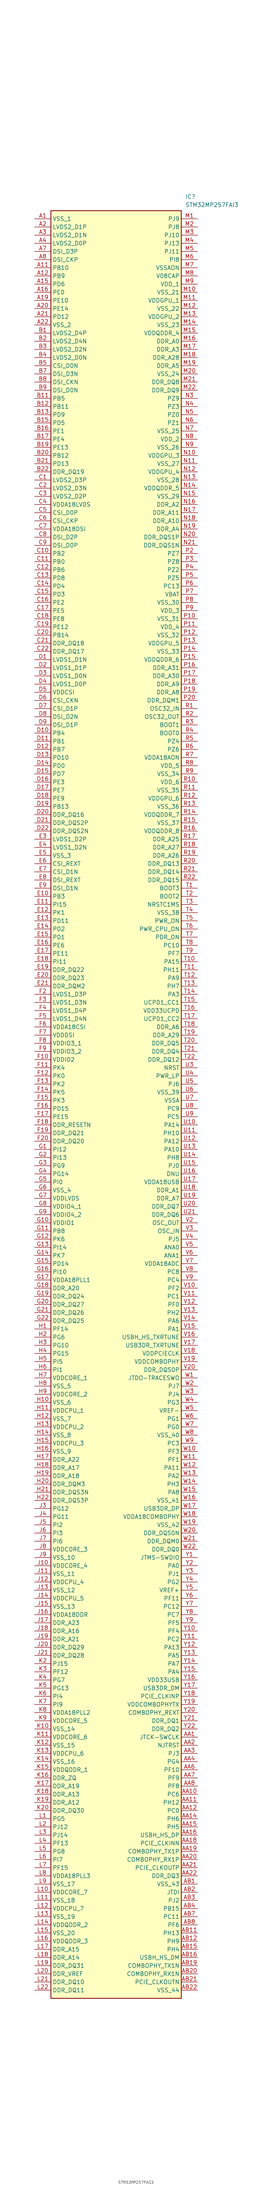
<source format=kicad_sym>
(kicad_symbol_lib
  (version 20211014)
  (generator SamacSys_ECAD_Model)
  (symbol "STM32MP257FAI3"
    (property "Reference" "IC"
      (at 46.99 7.62 0)
      (effects (font (size 1.27 1.27)) (justify left top)))
    (property "Value" "STM32MP257FAI3"
      (at 46.99 5.08 0)
      (effects (font (size 1.27 1.27)) (justify left top)))
    (rectangle
      (start 5.08 2.54)
      (end 45.72 -553.72)
      (stroke (width 0.254) (type default))
      (fill (type background)))
    (pin passive line
      (at 0 0 0)
      (length 5.08)
      (name "VSS_1" (effects (font (size 1.27 1.27))))
      (number "A1" (effects (font (size 1.27 1.27)))))
    (pin passive line
      (at 0 -2.54 0)
      (length 5.08)
      (name "LVDS2_D1P" (effects (font (size 1.27 1.27))))
      (number "A2" (effects (font (size 1.27 1.27)))))
    (pin passive line
      (at 0 -5.08 0)
      (length 5.08)
      (name "LVDS2_D1N" (effects (font (size 1.27 1.27))))
      (number "A3" (effects (font (size 1.27 1.27)))))
    (pin passive line
      (at 0 -7.62 0)
      (length 5.08)
      (name "LVDS2_D0P" (effects (font (size 1.27 1.27))))
      (number "A4" (effects (font (size 1.27 1.27)))))
    (pin passive line
      (at 0 -10.16 0)
      (length 5.08)
      (name "DSI_D3P" (effects (font (size 1.27 1.27))))
      (number "A7" (effects (font (size 1.27 1.27)))))
    (pin passive line
      (at 0 -12.7 0)
      (length 5.08)
      (name "DSI_CKP" (effects (font (size 1.27 1.27))))
      (number "A8" (effects (font (size 1.27 1.27)))))
    (pin passive line
      (at 0 -15.24 0)
      (length 5.08)
      (name "PB10" (effects (font (size 1.27 1.27))))
      (number "A11" (effects (font (size 1.27 1.27)))))
    (pin passive line
      (at 0 -17.78 0)
      (length 5.08)
      (name "PB9" (effects (font (size 1.27 1.27))))
      (number "A12" (effects (font (size 1.27 1.27)))))
    (pin passive line
      (at 0 -20.32 0)
      (length 5.08)
      (name "PD6" (effects (font (size 1.27 1.27))))
      (number "A15" (effects (font (size 1.27 1.27)))))
    (pin passive line
      (at 0 -22.86 0)
      (length 5.08)
      (name "PE0" (effects (font (size 1.27 1.27))))
      (number "A16" (effects (font (size 1.27 1.27)))))
    (pin passive line
      (at 0 -25.4 0)
      (length 5.08)
      (name "PE10" (effects (font (size 1.27 1.27))))
      (number "A19" (effects (font (size 1.27 1.27)))))
    (pin passive line
      (at 0 -27.94 0)
      (length 5.08)
      (name "PE14" (effects (font (size 1.27 1.27))))
      (number "A20" (effects (font (size 1.27 1.27)))))
    (pin passive line
      (at 0 -30.48 0)
      (length 5.08)
      (name "PD12" (effects (font (size 1.27 1.27))))
      (number "A21" (effects (font (size 1.27 1.27)))))
    (pin passive line
      (at 0 -33.02 0)
      (length 5.08)
      (name "VSS_2" (effects (font (size 1.27 1.27))))
      (number "A22" (effects (font (size 1.27 1.27)))))
    (pin passive line
      (at 0 -35.56 0)
      (length 5.08)
      (name "LVDS2_D4P" (effects (font (size 1.27 1.27))))
      (number "B1" (effects (font (size 1.27 1.27)))))
    (pin passive line
      (at 0 -38.1 0)
      (length 5.08)
      (name "LVDS2_D4N" (effects (font (size 1.27 1.27))))
      (number "B2" (effects (font (size 1.27 1.27)))))
    (pin passive line
      (at 0 -40.64 0)
      (length 5.08)
      (name "LVDS2_D2N" (effects (font (size 1.27 1.27))))
      (number "B3" (effects (font (size 1.27 1.27)))))
    (pin passive line
      (at 0 -43.18 0)
      (length 5.08)
      (name "LVDS2_D0N" (effects (font (size 1.27 1.27))))
      (number "B4" (effects (font (size 1.27 1.27)))))
    (pin passive line
      (at 0 -45.72 0)
      (length 5.08)
      (name "CSI_D0N" (effects (font (size 1.27 1.27))))
      (number "B5" (effects (font (size 1.27 1.27)))))
    (pin passive line
      (at 0 -48.26 0)
      (length 5.08)
      (name "DSI_D3N" (effects (font (size 1.27 1.27))))
      (number "B7" (effects (font (size 1.27 1.27)))))
    (pin passive line
      (at 0 -50.8 0)
      (length 5.08)
      (name "DSI_CKN" (effects (font (size 1.27 1.27))))
      (number "B8" (effects (font (size 1.27 1.27)))))
    (pin passive line
      (at 0 -53.34 0)
      (length 5.08)
      (name "DSI_D0N" (effects (font (size 1.27 1.27))))
      (number "B9" (effects (font (size 1.27 1.27)))))
    (pin passive line
      (at 0 -55.88 0)
      (length 5.08)
      (name "PB5" (effects (font (size 1.27 1.27))))
      (number "B11" (effects (font (size 1.27 1.27)))))
    (pin passive line
      (at 0 -58.42 0)
      (length 5.08)
      (name "PB11" (effects (font (size 1.27 1.27))))
      (number "B12" (effects (font (size 1.27 1.27)))))
    (pin passive line
      (at 0 -60.96 0)
      (length 5.08)
      (name "PD9" (effects (font (size 1.27 1.27))))
      (number "B13" (effects (font (size 1.27 1.27)))))
    (pin passive line
      (at 0 -63.5 0)
      (length 5.08)
      (name "PD5" (effects (font (size 1.27 1.27))))
      (number "B15" (effects (font (size 1.27 1.27)))))
    (pin passive line
      (at 0 -66.04 0)
      (length 5.08)
      (name "PE1" (effects (font (size 1.27 1.27))))
      (number "B16" (effects (font (size 1.27 1.27)))))
    (pin passive line
      (at 0 -68.58 0)
      (length 5.08)
      (name "PE4" (effects (font (size 1.27 1.27))))
      (number "B17" (effects (font (size 1.27 1.27)))))
    (pin passive line
      (at 0 -71.12 0)
      (length 5.08)
      (name "PE13" (effects (font (size 1.27 1.27))))
      (number "B19" (effects (font (size 1.27 1.27)))))
    (pin passive line
      (at 0 -73.66 0)
      (length 5.08)
      (name "PB12" (effects (font (size 1.27 1.27))))
      (number "B20" (effects (font (size 1.27 1.27)))))
    (pin passive line
      (at 0 -76.2 0)
      (length 5.08)
      (name "PD13" (effects (font (size 1.27 1.27))))
      (number "B21" (effects (font (size 1.27 1.27)))))
    (pin passive line
      (at 0 -78.74 0)
      (length 5.08)
      (name "DDR_DQ19" (effects (font (size 1.27 1.27))))
      (number "B22" (effects (font (size 1.27 1.27)))))
    (pin passive line
      (at 0 -81.28 0)
      (length 5.08)
      (name "LVDS2_D3P" (effects (font (size 1.27 1.27))))
      (number "C1" (effects (font (size 1.27 1.27)))))
    (pin passive line
      (at 0 -83.82 0)
      (length 5.08)
      (name "LVDS2_D3N" (effects (font (size 1.27 1.27))))
      (number "C2" (effects (font (size 1.27 1.27)))))
    (pin passive line
      (at 0 -86.36 0)
      (length 5.08)
      (name "LVDS2_D2P" (effects (font (size 1.27 1.27))))
      (number "C3" (effects (font (size 1.27 1.27)))))
    (pin passive line
      (at 0 -88.9 0)
      (length 5.08)
      (name "VDDA18LVDS" (effects (font (size 1.27 1.27))))
      (number "C4" (effects (font (size 1.27 1.27)))))
    (pin passive line
      (at 0 -91.44 0)
      (length 5.08)
      (name "CSI_D0P" (effects (font (size 1.27 1.27))))
      (number "C5" (effects (font (size 1.27 1.27)))))
    (pin passive line
      (at 0 -93.98 0)
      (length 5.08)
      (name "CSI_CKP" (effects (font (size 1.27 1.27))))
      (number "C6" (effects (font (size 1.27 1.27)))))
    (pin passive line
      (at 0 -96.52 0)
      (length 5.08)
      (name "VDDA18DSI" (effects (font (size 1.27 1.27))))
      (number "C7" (effects (font (size 1.27 1.27)))))
    (pin passive line
      (at 0 -99.06 0)
      (length 5.08)
      (name "DSI_D2P" (effects (font (size 1.27 1.27))))
      (number "C8" (effects (font (size 1.27 1.27)))))
    (pin passive line
      (at 0 -101.6 0)
      (length 5.08)
      (name "DSI_D0P" (effects (font (size 1.27 1.27))))
      (number "C9" (effects (font (size 1.27 1.27)))))
    (pin passive line
      (at 0 -104.14 0)
      (length 5.08)
      (name "PB2" (effects (font (size 1.27 1.27))))
      (number "C10" (effects (font (size 1.27 1.27)))))
    (pin passive line
      (at 0 -106.68 0)
      (length 5.08)
      (name "PB0" (effects (font (size 1.27 1.27))))
      (number "C11" (effects (font (size 1.27 1.27)))))
    (pin passive line
      (at 0 -109.22 0)
      (length 5.08)
      (name "PB6" (effects (font (size 1.27 1.27))))
      (number "C12" (effects (font (size 1.27 1.27)))))
    (pin passive line
      (at 0 -111.76 0)
      (length 5.08)
      (name "PD8" (effects (font (size 1.27 1.27))))
      (number "C13" (effects (font (size 1.27 1.27)))))
    (pin passive line
      (at 0 -114.3 0)
      (length 5.08)
      (name "PD4" (effects (font (size 1.27 1.27))))
      (number "C14" (effects (font (size 1.27 1.27)))))
    (pin passive line
      (at 0 -116.84 0)
      (length 5.08)
      (name "PD3" (effects (font (size 1.27 1.27))))
      (number "C15" (effects (font (size 1.27 1.27)))))
    (pin passive line
      (at 0 -119.38 0)
      (length 5.08)
      (name "PE2" (effects (font (size 1.27 1.27))))
      (number "C16" (effects (font (size 1.27 1.27)))))
    (pin passive line
      (at 0 -121.92 0)
      (length 5.08)
      (name "PE5" (effects (font (size 1.27 1.27))))
      (number "C17" (effects (font (size 1.27 1.27)))))
    (pin passive line
      (at 0 -124.46 0)
      (length 5.08)
      (name "PE8" (effects (font (size 1.27 1.27))))
      (number "C18" (effects (font (size 1.27 1.27)))))
    (pin passive line
      (at 0 -127 0)
      (length 5.08)
      (name "PE12" (effects (font (size 1.27 1.27))))
      (number "C19" (effects (font (size 1.27 1.27)))))
    (pin passive line
      (at 0 -129.54 0)
      (length 5.08)
      (name "PB14" (effects (font (size 1.27 1.27))))
      (number "C20" (effects (font (size 1.27 1.27)))))
    (pin passive line
      (at 0 -132.08 0)
      (length 5.08)
      (name "DDR_DQ18" (effects (font (size 1.27 1.27))))
      (number "C21" (effects (font (size 1.27 1.27)))))
    (pin passive line
      (at 0 -134.62 0)
      (length 5.08)
      (name "DDR_DQ17" (effects (font (size 1.27 1.27))))
      (number "C22" (effects (font (size 1.27 1.27)))))
    (pin passive line
      (at 0 -137.16 0)
      (length 5.08)
      (name "LVDS1_D1N" (effects (font (size 1.27 1.27))))
      (number "D1" (effects (font (size 1.27 1.27)))))
    (pin passive line
      (at 0 -139.7 0)
      (length 5.08)
      (name "LVDS1_D1P" (effects (font (size 1.27 1.27))))
      (number "D2" (effects (font (size 1.27 1.27)))))
    (pin passive line
      (at 0 -142.24 0)
      (length 5.08)
      (name "LVDS1_D0N" (effects (font (size 1.27 1.27))))
      (number "D3" (effects (font (size 1.27 1.27)))))
    (pin passive line
      (at 0 -144.78 0)
      (length 5.08)
      (name "LVDS1_D0P" (effects (font (size 1.27 1.27))))
      (number "D4" (effects (font (size 1.27 1.27)))))
    (pin passive line
      (at 0 -147.32 0)
      (length 5.08)
      (name "VDDCSI" (effects (font (size 1.27 1.27))))
      (number "D5" (effects (font (size 1.27 1.27)))))
    (pin passive line
      (at 0 -149.86 0)
      (length 5.08)
      (name "CSI_CKN" (effects (font (size 1.27 1.27))))
      (number "D6" (effects (font (size 1.27 1.27)))))
    (pin passive line
      (at 0 -152.4 0)
      (length 5.08)
      (name "CSI_D1P" (effects (font (size 1.27 1.27))))
      (number "D7" (effects (font (size 1.27 1.27)))))
    (pin passive line
      (at 0 -154.94 0)
      (length 5.08)
      (name "DSI_D2N" (effects (font (size 1.27 1.27))))
      (number "D8" (effects (font (size 1.27 1.27)))))
    (pin passive line
      (at 0 -157.48 0)
      (length 5.08)
      (name "DSI_D1P" (effects (font (size 1.27 1.27))))
      (number "D9" (effects (font (size 1.27 1.27)))))
    (pin passive line
      (at 0 -160.02 0)
      (length 5.08)
      (name "PB4" (effects (font (size 1.27 1.27))))
      (number "D10" (effects (font (size 1.27 1.27)))))
    (pin passive line
      (at 0 -162.56 0)
      (length 5.08)
      (name "PB1" (effects (font (size 1.27 1.27))))
      (number "D11" (effects (font (size 1.27 1.27)))))
    (pin passive line
      (at 0 -165.1 0)
      (length 5.08)
      (name "PB7" (effects (font (size 1.27 1.27))))
      (number "D12" (effects (font (size 1.27 1.27)))))
    (pin passive line
      (at 0 -167.64 0)
      (length 5.08)
      (name "PD10" (effects (font (size 1.27 1.27))))
      (number "D13" (effects (font (size 1.27 1.27)))))
    (pin passive line
      (at 0 -170.18 0)
      (length 5.08)
      (name "PD0" (effects (font (size 1.27 1.27))))
      (number "D14" (effects (font (size 1.27 1.27)))))
    (pin passive line
      (at 0 -172.72 0)
      (length 5.08)
      (name "PD7" (effects (font (size 1.27 1.27))))
      (number "D15" (effects (font (size 1.27 1.27)))))
    (pin passive line
      (at 0 -175.26 0)
      (length 5.08)
      (name "PE3" (effects (font (size 1.27 1.27))))
      (number "D16" (effects (font (size 1.27 1.27)))))
    (pin passive line
      (at 0 -177.8 0)
      (length 5.08)
      (name "PE7" (effects (font (size 1.27 1.27))))
      (number "D17" (effects (font (size 1.27 1.27)))))
    (pin passive line
      (at 0 -180.34 0)
      (length 5.08)
      (name "PE9" (effects (font (size 1.27 1.27))))
      (number "D18" (effects (font (size 1.27 1.27)))))
    (pin passive line
      (at 0 -182.88 0)
      (length 5.08)
      (name "PB13" (effects (font (size 1.27 1.27))))
      (number "D19" (effects (font (size 1.27 1.27)))))
    (pin passive line
      (at 0 -185.42 0)
      (length 5.08)
      (name "DDR_DQ16" (effects (font (size 1.27 1.27))))
      (number "D20" (effects (font (size 1.27 1.27)))))
    (pin passive line
      (at 0 -187.96 0)
      (length 5.08)
      (name "DDR_DQS2P" (effects (font (size 1.27 1.27))))
      (number "D21" (effects (font (size 1.27 1.27)))))
    (pin passive line
      (at 0 -190.5 0)
      (length 5.08)
      (name "DDR_DQS2N" (effects (font (size 1.27 1.27))))
      (number "D22" (effects (font (size 1.27 1.27)))))
    (pin passive line
      (at 0 -193.04 0)
      (length 5.08)
      (name "LVDS1_D2P" (effects (font (size 1.27 1.27))))
      (number "E3" (effects (font (size 1.27 1.27)))))
    (pin passive line
      (at 0 -195.58 0)
      (length 5.08)
      (name "LVDS1_D2N" (effects (font (size 1.27 1.27))))
      (number "E4" (effects (font (size 1.27 1.27)))))
    (pin passive line
      (at 0 -198.12 0)
      (length 5.08)
      (name "VSS_3" (effects (font (size 1.27 1.27))))
      (number "E5" (effects (font (size 1.27 1.27)))))
    (pin passive line
      (at 0 -200.66 0)
      (length 5.08)
      (name "CSI_REXT" (effects (font (size 1.27 1.27))))
      (number "E6" (effects (font (size 1.27 1.27)))))
    (pin passive line
      (at 0 -203.2 0)
      (length 5.08)
      (name "CSI_D1N" (effects (font (size 1.27 1.27))))
      (number "E7" (effects (font (size 1.27 1.27)))))
    (pin passive line
      (at 0 -205.74 0)
      (length 5.08)
      (name "DSI_REXT" (effects (font (size 1.27 1.27))))
      (number "E8" (effects (font (size 1.27 1.27)))))
    (pin passive line
      (at 0 -208.28 0)
      (length 5.08)
      (name "DSI_D1N" (effects (font (size 1.27 1.27))))
      (number "E9" (effects (font (size 1.27 1.27)))))
    (pin passive line
      (at 0 -210.82 0)
      (length 5.08)
      (name "PB3" (effects (font (size 1.27 1.27))))
      (number "E10" (effects (font (size 1.27 1.27)))))
    (pin passive line
      (at 0 -213.36 0)
      (length 5.08)
      (name "PI15" (effects (font (size 1.27 1.27))))
      (number "E11" (effects (font (size 1.27 1.27)))))
    (pin passive line
      (at 0 -215.9 0)
      (length 5.08)
      (name "PK1" (effects (font (size 1.27 1.27))))
      (number "E12" (effects (font (size 1.27 1.27)))))
    (pin passive line
      (at 0 -218.44 0)
      (length 5.08)
      (name "PD11" (effects (font (size 1.27 1.27))))
      (number "E13" (effects (font (size 1.27 1.27)))))
    (pin passive line
      (at 0 -220.98 0)
      (length 5.08)
      (name "PD2" (effects (font (size 1.27 1.27))))
      (number "E14" (effects (font (size 1.27 1.27)))))
    (pin passive line
      (at 0 -223.52 0)
      (length 5.08)
      (name "PD1" (effects (font (size 1.27 1.27))))
      (number "E15" (effects (font (size 1.27 1.27)))))
    (pin passive line
      (at 0 -226.06 0)
      (length 5.08)
      (name "PE6" (effects (font (size 1.27 1.27))))
      (number "E16" (effects (font (size 1.27 1.27)))))
    (pin passive line
      (at 0 -228.6 0)
      (length 5.08)
      (name "PE11" (effects (font (size 1.27 1.27))))
      (number "E17" (effects (font (size 1.27 1.27)))))
    (pin passive line
      (at 0 -231.14 0)
      (length 5.08)
      (name "PI11" (effects (font (size 1.27 1.27))))
      (number "E18" (effects (font (size 1.27 1.27)))))
    (pin passive line
      (at 0 -233.68 0)
      (length 5.08)
      (name "DDR_DQ22" (effects (font (size 1.27 1.27))))
      (number "E19" (effects (font (size 1.27 1.27)))))
    (pin passive line
      (at 0 -236.22 0)
      (length 5.08)
      (name "DDR_DQ23" (effects (font (size 1.27 1.27))))
      (number "E20" (effects (font (size 1.27 1.27)))))
    (pin passive line
      (at 0 -238.76 0)
      (length 5.08)
      (name "DDR_DQM2" (effects (font (size 1.27 1.27))))
      (number "E21" (effects (font (size 1.27 1.27)))))
    (pin passive line
      (at 0 -241.3 0)
      (length 5.08)
      (name "LVDS1_D3P" (effects (font (size 1.27 1.27))))
      (number "F2" (effects (font (size 1.27 1.27)))))
    (pin passive line
      (at 0 -243.84 0)
      (length 5.08)
      (name "LVDS1_D3N" (effects (font (size 1.27 1.27))))
      (number "F3" (effects (font (size 1.27 1.27)))))
    (pin passive line
      (at 0 -246.38 0)
      (length 5.08)
      (name "LVDS1_D4P" (effects (font (size 1.27 1.27))))
      (number "F4" (effects (font (size 1.27 1.27)))))
    (pin passive line
      (at 0 -248.92 0)
      (length 5.08)
      (name "LVDS1_D4N" (effects (font (size 1.27 1.27))))
      (number "F5" (effects (font (size 1.27 1.27)))))
    (pin passive line
      (at 0 -251.46 0)
      (length 5.08)
      (name "VDDA18CSI" (effects (font (size 1.27 1.27))))
      (number "F6" (effects (font (size 1.27 1.27)))))
    (pin passive line
      (at 0 -254 0)
      (length 5.08)
      (name "VDDDSI" (effects (font (size 1.27 1.27))))
      (number "F7" (effects (font (size 1.27 1.27)))))
    (pin passive line
      (at 0 -256.54 0)
      (length 5.08)
      (name "VDDIO3_1" (effects (font (size 1.27 1.27))))
      (number "F8" (effects (font (size 1.27 1.27)))))
    (pin passive line
      (at 0 -259.08 0)
      (length 5.08)
      (name "VDDIO3_2" (effects (font (size 1.27 1.27))))
      (number "F9" (effects (font (size 1.27 1.27)))))
    (pin passive line
      (at 0 -261.62 0)
      (length 5.08)
      (name "VDDIO2" (effects (font (size 1.27 1.27))))
      (number "F10" (effects (font (size 1.27 1.27)))))
    (pin passive line
      (at 0 -264.16 0)
      (length 5.08)
      (name "PK4" (effects (font (size 1.27 1.27))))
      (number "F11" (effects (font (size 1.27 1.27)))))
    (pin passive line
      (at 0 -266.7 0)
      (length 5.08)
      (name "PK0" (effects (font (size 1.27 1.27))))
      (number "F12" (effects (font (size 1.27 1.27)))))
    (pin passive line
      (at 0 -269.24 0)
      (length 5.08)
      (name "PK2" (effects (font (size 1.27 1.27))))
      (number "F13" (effects (font (size 1.27 1.27)))))
    (pin passive line
      (at 0 -271.78 0)
      (length 5.08)
      (name "PK5" (effects (font (size 1.27 1.27))))
      (number "F14" (effects (font (size 1.27 1.27)))))
    (pin passive line
      (at 0 -274.32 0)
      (length 5.08)
      (name "PK3" (effects (font (size 1.27 1.27))))
      (number "F15" (effects (font (size 1.27 1.27)))))
    (pin passive line
      (at 0 -276.86 0)
      (length 5.08)
      (name "PD15" (effects (font (size 1.27 1.27))))
      (number "F16" (effects (font (size 1.27 1.27)))))
    (pin passive line
      (at 0 -279.4 0)
      (length 5.08)
      (name "PE15" (effects (font (size 1.27 1.27))))
      (number "F17" (effects (font (size 1.27 1.27)))))
    (pin passive line
      (at 0 -281.94 0)
      (length 5.08)
      (name "DDR_RESETN" (effects (font (size 1.27 1.27))))
      (number "F18" (effects (font (size 1.27 1.27)))))
    (pin passive line
      (at 0 -284.48 0)
      (length 5.08)
      (name "DDR_DQ21" (effects (font (size 1.27 1.27))))
      (number "F19" (effects (font (size 1.27 1.27)))))
    (pin passive line
      (at 0 -287.02 0)
      (length 5.08)
      (name "DDR_DQ20" (effects (font (size 1.27 1.27))))
      (number "F20" (effects (font (size 1.27 1.27)))))
    (pin passive line
      (at 0 -289.56 0)
      (length 5.08)
      (name "PI12" (effects (font (size 1.27 1.27))))
      (number "G1" (effects (font (size 1.27 1.27)))))
    (pin passive line
      (at 0 -292.1 0)
      (length 5.08)
      (name "PI13" (effects (font (size 1.27 1.27))))
      (number "G2" (effects (font (size 1.27 1.27)))))
    (pin passive line
      (at 0 -294.64 0)
      (length 5.08)
      (name "PG9" (effects (font (size 1.27 1.27))))
      (number "G3" (effects (font (size 1.27 1.27)))))
    (pin passive line
      (at 0 -297.18 0)
      (length 5.08)
      (name "PG14" (effects (font (size 1.27 1.27))))
      (number "G4" (effects (font (size 1.27 1.27)))))
    (pin passive line
      (at 0 -299.72 0)
      (length 5.08)
      (name "PI0" (effects (font (size 1.27 1.27))))
      (number "G5" (effects (font (size 1.27 1.27)))))
    (pin passive line
      (at 0 -302.26 0)
      (length 5.08)
      (name "VSS_4" (effects (font (size 1.27 1.27))))
      (number "G6" (effects (font (size 1.27 1.27)))))
    (pin passive line
      (at 0 -304.8 0)
      (length 5.08)
      (name "VDDLVDS" (effects (font (size 1.27 1.27))))
      (number "G7" (effects (font (size 1.27 1.27)))))
    (pin passive line
      (at 0 -307.34 0)
      (length 5.08)
      (name "VDDIO4_1" (effects (font (size 1.27 1.27))))
      (number "G8" (effects (font (size 1.27 1.27)))))
    (pin passive line
      (at 0 -309.88 0)
      (length 5.08)
      (name "VDDIO4_2" (effects (font (size 1.27 1.27))))
      (number "G9" (effects (font (size 1.27 1.27)))))
    (pin passive line
      (at 0 -312.42 0)
      (length 5.08)
      (name "VDDIO1" (effects (font (size 1.27 1.27))))
      (number "G10" (effects (font (size 1.27 1.27)))))
    (pin passive line
      (at 0 -314.96 0)
      (length 5.08)
      (name "PB8" (effects (font (size 1.27 1.27))))
      (number "G11" (effects (font (size 1.27 1.27)))))
    (pin passive line
      (at 0 -317.5 0)
      (length 5.08)
      (name "PK6" (effects (font (size 1.27 1.27))))
      (number "G12" (effects (font (size 1.27 1.27)))))
    (pin passive line
      (at 0 -320.04 0)
      (length 5.08)
      (name "PI14" (effects (font (size 1.27 1.27))))
      (number "G13" (effects (font (size 1.27 1.27)))))
    (pin passive line
      (at 0 -322.58 0)
      (length 5.08)
      (name "PK7" (effects (font (size 1.27 1.27))))
      (number "G14" (effects (font (size 1.27 1.27)))))
    (pin passive line
      (at 0 -325.12 0)
      (length 5.08)
      (name "PD14" (effects (font (size 1.27 1.27))))
      (number "G15" (effects (font (size 1.27 1.27)))))
    (pin passive line
      (at 0 -327.66 0)
      (length 5.08)
      (name "PI10" (effects (font (size 1.27 1.27))))
      (number "G16" (effects (font (size 1.27 1.27)))))
    (pin passive line
      (at 0 -330.2 0)
      (length 5.08)
      (name "VDDA18PLL1" (effects (font (size 1.27 1.27))))
      (number "G17" (effects (font (size 1.27 1.27)))))
    (pin passive line
      (at 0 -332.74 0)
      (length 5.08)
      (name "DDR_A20" (effects (font (size 1.27 1.27))))
      (number "G18" (effects (font (size 1.27 1.27)))))
    (pin passive line
      (at 0 -335.28 0)
      (length 5.08)
      (name "DDR_DQ24" (effects (font (size 1.27 1.27))))
      (number "G19" (effects (font (size 1.27 1.27)))))
    (pin passive line
      (at 0 -337.82 0)
      (length 5.08)
      (name "DDR_DQ27" (effects (font (size 1.27 1.27))))
      (number "G20" (effects (font (size 1.27 1.27)))))
    (pin passive line
      (at 0 -340.36 0)
      (length 5.08)
      (name "DDR_DQ26" (effects (font (size 1.27 1.27))))
      (number "G21" (effects (font (size 1.27 1.27)))))
    (pin passive line
      (at 0 -342.9 0)
      (length 5.08)
      (name "DDR_DQ25" (effects (font (size 1.27 1.27))))
      (number "G22" (effects (font (size 1.27 1.27)))))
    (pin passive line
      (at 0 -345.44 0)
      (length 5.08)
      (name "PF14" (effects (font (size 1.27 1.27))))
      (number "H1" (effects (font (size 1.27 1.27)))))
    (pin passive line
      (at 0 -347.98 0)
      (length 5.08)
      (name "PG6" (effects (font (size 1.27 1.27))))
      (number "H2" (effects (font (size 1.27 1.27)))))
    (pin passive line
      (at 0 -350.52 0)
      (length 5.08)
      (name "PG10" (effects (font (size 1.27 1.27))))
      (number "H3" (effects (font (size 1.27 1.27)))))
    (pin passive line
      (at 0 -353.06 0)
      (length 5.08)
      (name "PG15" (effects (font (size 1.27 1.27))))
      (number "H4" (effects (font (size 1.27 1.27)))))
    (pin passive line
      (at 0 -355.6 0)
      (length 5.08)
      (name "PI5" (effects (font (size 1.27 1.27))))
      (number "H5" (effects (font (size 1.27 1.27)))))
    (pin passive line
      (at 0 -358.14 0)
      (length 5.08)
      (name "PI1" (effects (font (size 1.27 1.27))))
      (number "H6" (effects (font (size 1.27 1.27)))))
    (pin passive line
      (at 0 -360.68 0)
      (length 5.08)
      (name "VDDCORE_1" (effects (font (size 1.27 1.27))))
      (number "H7" (effects (font (size 1.27 1.27)))))
    (pin passive line
      (at 0 -363.22 0)
      (length 5.08)
      (name "VSS_5" (effects (font (size 1.27 1.27))))
      (number "H8" (effects (font (size 1.27 1.27)))))
    (pin passive line
      (at 0 -365.76 0)
      (length 5.08)
      (name "VDDCORE_2" (effects (font (size 1.27 1.27))))
      (number "H9" (effects (font (size 1.27 1.27)))))
    (pin passive line
      (at 0 -368.3 0)
      (length 5.08)
      (name "VSS_6" (effects (font (size 1.27 1.27))))
      (number "H10" (effects (font (size 1.27 1.27)))))
    (pin passive line
      (at 0 -370.84 0)
      (length 5.08)
      (name "VDDCPU_1" (effects (font (size 1.27 1.27))))
      (number "H11" (effects (font (size 1.27 1.27)))))
    (pin passive line
      (at 0 -373.38 0)
      (length 5.08)
      (name "VSS_7" (effects (font (size 1.27 1.27))))
      (number "H12" (effects (font (size 1.27 1.27)))))
    (pin passive line
      (at 0 -375.92 0)
      (length 5.08)
      (name "VDDCPU_2" (effects (font (size 1.27 1.27))))
      (number "H13" (effects (font (size 1.27 1.27)))))
    (pin passive line
      (at 0 -378.46 0)
      (length 5.08)
      (name "VSS_8" (effects (font (size 1.27 1.27))))
      (number "H14" (effects (font (size 1.27 1.27)))))
    (pin passive line
      (at 0 -381 0)
      (length 5.08)
      (name "VDDCPU_3" (effects (font (size 1.27 1.27))))
      (number "H15" (effects (font (size 1.27 1.27)))))
    (pin passive line
      (at 0 -383.54 0)
      (length 5.08)
      (name "VSS_9" (effects (font (size 1.27 1.27))))
      (number "H16" (effects (font (size 1.27 1.27)))))
    (pin passive line
      (at 0 -386.08 0)
      (length 5.08)
      (name "DDR_A22" (effects (font (size 1.27 1.27))))
      (number "H17" (effects (font (size 1.27 1.27)))))
    (pin passive line
      (at 0 -388.62 0)
      (length 5.08)
      (name "DDR_A17" (effects (font (size 1.27 1.27))))
      (number "H18" (effects (font (size 1.27 1.27)))))
    (pin passive line
      (at 0 -391.16 0)
      (length 5.08)
      (name "DDR_A18" (effects (font (size 1.27 1.27))))
      (number "H19" (effects (font (size 1.27 1.27)))))
    (pin passive line
      (at 0 -393.7 0)
      (length 5.08)
      (name "DDR_DQM3" (effects (font (size 1.27 1.27))))
      (number "H20" (effects (font (size 1.27 1.27)))))
    (pin passive line
      (at 0 -396.24 0)
      (length 5.08)
      (name "DDR_DQS3N" (effects (font (size 1.27 1.27))))
      (number "H21" (effects (font (size 1.27 1.27)))))
    (pin passive line
      (at 0 -398.78 0)
      (length 5.08)
      (name "DDR_DQS3P" (effects (font (size 1.27 1.27))))
      (number "H22" (effects (font (size 1.27 1.27)))))
    (pin passive line
      (at 0 -401.32 0)
      (length 5.08)
      (name "PG12" (effects (font (size 1.27 1.27))))
      (number "J3" (effects (font (size 1.27 1.27)))))
    (pin passive line
      (at 0 -403.86 0)
      (length 5.08)
      (name "PG11" (effects (font (size 1.27 1.27))))
      (number "J4" (effects (font (size 1.27 1.27)))))
    (pin passive line
      (at 0 -406.4 0)
      (length 5.08)
      (name "PI2" (effects (font (size 1.27 1.27))))
      (number "J5" (effects (font (size 1.27 1.27)))))
    (pin passive line
      (at 0 -408.94 0)
      (length 5.08)
      (name "PI3" (effects (font (size 1.27 1.27))))
      (number "J6" (effects (font (size 1.27 1.27)))))
    (pin passive line
      (at 0 -411.48 0)
      (length 5.08)
      (name "PI6" (effects (font (size 1.27 1.27))))
      (number "J7" (effects (font (size 1.27 1.27)))))
    (pin passive line
      (at 0 -414.02 0)
      (length 5.08)
      (name "VDDCORE_3" (effects (font (size 1.27 1.27))))
      (number "J8" (effects (font (size 1.27 1.27)))))
    (pin passive line
      (at 0 -416.56 0)
      (length 5.08)
      (name "VSS_10" (effects (font (size 1.27 1.27))))
      (number "J9" (effects (font (size 1.27 1.27)))))
    (pin passive line
      (at 0 -419.1 0)
      (length 5.08)
      (name "VDDCORE_4" (effects (font (size 1.27 1.27))))
      (number "J10" (effects (font (size 1.27 1.27)))))
    (pin passive line
      (at 0 -421.64 0)
      (length 5.08)
      (name "VSS_11" (effects (font (size 1.27 1.27))))
      (number "J11" (effects (font (size 1.27 1.27)))))
    (pin passive line
      (at 0 -424.18 0)
      (length 5.08)
      (name "VDDCPU_4" (effects (font (size 1.27 1.27))))
      (number "J12" (effects (font (size 1.27 1.27)))))
    (pin passive line
      (at 0 -426.72 0)
      (length 5.08)
      (name "VSS_12" (effects (font (size 1.27 1.27))))
      (number "J13" (effects (font (size 1.27 1.27)))))
    (pin passive line
      (at 0 -429.26 0)
      (length 5.08)
      (name "VDDCPU_5" (effects (font (size 1.27 1.27))))
      (number "J14" (effects (font (size 1.27 1.27)))))
    (pin passive line
      (at 0 -431.8 0)
      (length 5.08)
      (name "VSS_13" (effects (font (size 1.27 1.27))))
      (number "J15" (effects (font (size 1.27 1.27)))))
    (pin passive line
      (at 0 -434.34 0)
      (length 5.08)
      (name "VDDA18DDR" (effects (font (size 1.27 1.27))))
      (number "J16" (effects (font (size 1.27 1.27)))))
    (pin passive line
      (at 0 -436.88 0)
      (length 5.08)
      (name "DDR_A23" (effects (font (size 1.27 1.27))))
      (number "J17" (effects (font (size 1.27 1.27)))))
    (pin passive line
      (at 0 -439.42 0)
      (length 5.08)
      (name "DDR_A16" (effects (font (size 1.27 1.27))))
      (number "J18" (effects (font (size 1.27 1.27)))))
    (pin passive line
      (at 0 -441.96 0)
      (length 5.08)
      (name "DDR_A21" (effects (font (size 1.27 1.27))))
      (number "J19" (effects (font (size 1.27 1.27)))))
    (pin passive line
      (at 0 -444.5 0)
      (length 5.08)
      (name "DDR_DQ29" (effects (font (size 1.27 1.27))))
      (number "J20" (effects (font (size 1.27 1.27)))))
    (pin passive line
      (at 0 -447.04 0)
      (length 5.08)
      (name "DDR_DQ28" (effects (font (size 1.27 1.27))))
      (number "J21" (effects (font (size 1.27 1.27)))))
    (pin passive line
      (at 0 -449.58 0)
      (length 5.08)
      (name "PJ15" (effects (font (size 1.27 1.27))))
      (number "K2" (effects (font (size 1.27 1.27)))))
    (pin passive line
      (at 0 -452.12 0)
      (length 5.08)
      (name "PF12" (effects (font (size 1.27 1.27))))
      (number "K3" (effects (font (size 1.27 1.27)))))
    (pin passive line
      (at 0 -454.66 0)
      (length 5.08)
      (name "PG7" (effects (font (size 1.27 1.27))))
      (number "K4" (effects (font (size 1.27 1.27)))))
    (pin passive line
      (at 0 -457.2 0)
      (length 5.08)
      (name "PG13" (effects (font (size 1.27 1.27))))
      (number "K5" (effects (font (size 1.27 1.27)))))
    (pin passive line
      (at 0 -459.74 0)
      (length 5.08)
      (name "PI4" (effects (font (size 1.27 1.27))))
      (number "K6" (effects (font (size 1.27 1.27)))))
    (pin passive line
      (at 0 -462.28 0)
      (length 5.08)
      (name "PI9" (effects (font (size 1.27 1.27))))
      (number "K7" (effects (font (size 1.27 1.27)))))
    (pin passive line
      (at 0 -464.82 0)
      (length 5.08)
      (name "VDDA18PLL2" (effects (font (size 1.27 1.27))))
      (number "K8" (effects (font (size 1.27 1.27)))))
    (pin passive line
      (at 0 -467.36 0)
      (length 5.08)
      (name "VDDCORE_5" (effects (font (size 1.27 1.27))))
      (number "K9" (effects (font (size 1.27 1.27)))))
    (pin passive line
      (at 0 -469.9 0)
      (length 5.08)
      (name "VSS_14" (effects (font (size 1.27 1.27))))
      (number "K10" (effects (font (size 1.27 1.27)))))
    (pin passive line
      (at 0 -472.44 0)
      (length 5.08)
      (name "VDDCORE_6" (effects (font (size 1.27 1.27))))
      (number "K11" (effects (font (size 1.27 1.27)))))
    (pin passive line
      (at 0 -474.98 0)
      (length 5.08)
      (name "VSS_15" (effects (font (size 1.27 1.27))))
      (number "K12" (effects (font (size 1.27 1.27)))))
    (pin passive line
      (at 0 -477.52 0)
      (length 5.08)
      (name "VDDCPU_6" (effects (font (size 1.27 1.27))))
      (number "K13" (effects (font (size 1.27 1.27)))))
    (pin passive line
      (at 0 -480.06 0)
      (length 5.08)
      (name "VSS_16" (effects (font (size 1.27 1.27))))
      (number "K14" (effects (font (size 1.27 1.27)))))
    (pin passive line
      (at 0 -482.6 0)
      (length 5.08)
      (name "VDDQDDR_1" (effects (font (size 1.27 1.27))))
      (number "K15" (effects (font (size 1.27 1.27)))))
    (pin passive line
      (at 0 -485.14 0)
      (length 5.08)
      (name "DDR_ZQ" (effects (font (size 1.27 1.27))))
      (number "K16" (effects (font (size 1.27 1.27)))))
    (pin passive line
      (at 0 -487.68 0)
      (length 5.08)
      (name "DDR_A19" (effects (font (size 1.27 1.27))))
      (number "K17" (effects (font (size 1.27 1.27)))))
    (pin passive line
      (at 0 -490.22 0)
      (length 5.08)
      (name "DDR_A13" (effects (font (size 1.27 1.27))))
      (number "K18" (effects (font (size 1.27 1.27)))))
    (pin passive line
      (at 0 -492.76 0)
      (length 5.08)
      (name "DDR_A12" (effects (font (size 1.27 1.27))))
      (number "K19" (effects (font (size 1.27 1.27)))))
    (pin passive line
      (at 0 -495.3 0)
      (length 5.08)
      (name "DDR_DQ30" (effects (font (size 1.27 1.27))))
      (number "K20" (effects (font (size 1.27 1.27)))))
    (pin passive line
      (at 0 -497.84 0)
      (length 5.08)
      (name "PG5" (effects (font (size 1.27 1.27))))
      (number "L1" (effects (font (size 1.27 1.27)))))
    (pin passive line
      (at 0 -500.38 0)
      (length 5.08)
      (name "PJ12" (effects (font (size 1.27 1.27))))
      (number "L2" (effects (font (size 1.27 1.27)))))
    (pin passive line
      (at 0 -502.92 0)
      (length 5.08)
      (name "PJ14" (effects (font (size 1.27 1.27))))
      (number "L3" (effects (font (size 1.27 1.27)))))
    (pin passive line
      (at 0 -505.46 0)
      (length 5.08)
      (name "PF13" (effects (font (size 1.27 1.27))))
      (number "L4" (effects (font (size 1.27 1.27)))))
    (pin passive line
      (at 0 -508 0)
      (length 5.08)
      (name "PG8" (effects (font (size 1.27 1.27))))
      (number "L5" (effects (font (size 1.27 1.27)))))
    (pin passive line
      (at 0 -510.54 0)
      (length 5.08)
      (name "PI7" (effects (font (size 1.27 1.27))))
      (number "L6" (effects (font (size 1.27 1.27)))))
    (pin passive line
      (at 0 -513.08 0)
      (length 5.08)
      (name "PF15" (effects (font (size 1.27 1.27))))
      (number "L7" (effects (font (size 1.27 1.27)))))
    (pin passive line
      (at 0 -515.62 0)
      (length 5.08)
      (name "VDDA18PLL3" (effects (font (size 1.27 1.27))))
      (number "L8" (effects (font (size 1.27 1.27)))))
    (pin passive line
      (at 0 -518.16 0)
      (length 5.08)
      (name "VSS_17" (effects (font (size 1.27 1.27))))
      (number "L9" (effects (font (size 1.27 1.27)))))
    (pin passive line
      (at 0 -520.7 0)
      (length 5.08)
      (name "VDDCORE_7" (effects (font (size 1.27 1.27))))
      (number "L10" (effects (font (size 1.27 1.27)))))
    (pin passive line
      (at 0 -523.24 0)
      (length 5.08)
      (name "VSS_18" (effects (font (size 1.27 1.27))))
      (number "L11" (effects (font (size 1.27 1.27)))))
    (pin passive line
      (at 0 -525.78 0)
      (length 5.08)
      (name "VDDCPU_7" (effects (font (size 1.27 1.27))))
      (number "L12" (effects (font (size 1.27 1.27)))))
    (pin passive line
      (at 0 -528.32 0)
      (length 5.08)
      (name "VSS_19" (effects (font (size 1.27 1.27))))
      (number "L13" (effects (font (size 1.27 1.27)))))
    (pin passive line
      (at 0 -530.86 0)
      (length 5.08)
      (name "VDDQDDR_2" (effects (font (size 1.27 1.27))))
      (number "L14" (effects (font (size 1.27 1.27)))))
    (pin passive line
      (at 0 -533.4 0)
      (length 5.08)
      (name "VSS_20" (effects (font (size 1.27 1.27))))
      (number "L15" (effects (font (size 1.27 1.27)))))
    (pin passive line
      (at 0 -535.94 0)
      (length 5.08)
      (name "VDDQDDR_3" (effects (font (size 1.27 1.27))))
      (number "L16" (effects (font (size 1.27 1.27)))))
    (pin passive line
      (at 0 -538.48 0)
      (length 5.08)
      (name "DDR_A15" (effects (font (size 1.27 1.27))))
      (number "L17" (effects (font (size 1.27 1.27)))))
    (pin passive line
      (at 0 -541.02 0)
      (length 5.08)
      (name "DDR_A14" (effects (font (size 1.27 1.27))))
      (number "L18" (effects (font (size 1.27 1.27)))))
    (pin passive line
      (at 0 -543.56 0)
      (length 5.08)
      (name "DDR_DQ31" (effects (font (size 1.27 1.27))))
      (number "L19" (effects (font (size 1.27 1.27)))))
    (pin passive line
      (at 0 -546.1 0)
      (length 5.08)
      (name "DDR_VREF" (effects (font (size 1.27 1.27))))
      (number "L20" (effects (font (size 1.27 1.27)))))
    (pin passive line
      (at 0 -548.64 0)
      (length 5.08)
      (name "DDR_DQ10" (effects (font (size 1.27 1.27))))
      (number "L21" (effects (font (size 1.27 1.27)))))
    (pin passive line
      (at 0 -551.18 0)
      (length 5.08)
      (name "DDR_DQ11" (effects (font (size 1.27 1.27))))
      (number "L22" (effects (font (size 1.27 1.27)))))
    (pin passive line
      (at 50.8 0 180)
      (length 5.08)
      (name "PJ9" (effects (font (size 1.27 1.27))))
      (number "M1" (effects (font (size 1.27 1.27)))))
    (pin passive line
      (at 50.8 -2.54 180)
      (length 5.08)
      (name "PJ8" (effects (font (size 1.27 1.27))))
      (number "M2" (effects (font (size 1.27 1.27)))))
    (pin passive line
      (at 50.8 -5.08 180)
      (length 5.08)
      (name "PJ10" (effects (font (size 1.27 1.27))))
      (number "M3" (effects (font (size 1.27 1.27)))))
    (pin passive line
      (at 50.8 -7.62 180)
      (length 5.08)
      (name "PJ13" (effects (font (size 1.27 1.27))))
      (number "M4" (effects (font (size 1.27 1.27)))))
    (pin passive line
      (at 50.8 -10.16 180)
      (length 5.08)
      (name "PJ11" (effects (font (size 1.27 1.27))))
      (number "M5" (effects (font (size 1.27 1.27)))))
    (pin passive line
      (at 50.8 -12.7 180)
      (length 5.08)
      (name "PI8" (effects (font (size 1.27 1.27))))
      (number "M6" (effects (font (size 1.27 1.27)))))
    (pin passive line
      (at 50.8 -15.24 180)
      (length 5.08)
      (name "VSSAON" (effects (font (size 1.27 1.27))))
      (number "M7" (effects (font (size 1.27 1.27)))))
    (pin passive line
      (at 50.8 -17.78 180)
      (length 5.08)
      (name "V08CAP" (effects (font (size 1.27 1.27))))
      (number "M8" (effects (font (size 1.27 1.27)))))
    (pin passive line
      (at 50.8 -20.32 180)
      (length 5.08)
      (name "VDD_1" (effects (font (size 1.27 1.27))))
      (number "M9" (effects (font (size 1.27 1.27)))))
    (pin passive line
      (at 50.8 -22.86 180)
      (length 5.08)
      (name "VSS_21" (effects (font (size 1.27 1.27))))
      (number "M10" (effects (font (size 1.27 1.27)))))
    (pin passive line
      (at 50.8 -25.4 180)
      (length 5.08)
      (name "VDDGPU_1" (effects (font (size 1.27 1.27))))
      (number "M11" (effects (font (size 1.27 1.27)))))
    (pin passive line
      (at 50.8 -27.94 180)
      (length 5.08)
      (name "VSS_22" (effects (font (size 1.27 1.27))))
      (number "M12" (effects (font (size 1.27 1.27)))))
    (pin passive line
      (at 50.8 -30.48 180)
      (length 5.08)
      (name "VDDGPU_2" (effects (font (size 1.27 1.27))))
      (number "M13" (effects (font (size 1.27 1.27)))))
    (pin passive line
      (at 50.8 -33.02 180)
      (length 5.08)
      (name "VSS_23" (effects (font (size 1.27 1.27))))
      (number "M14" (effects (font (size 1.27 1.27)))))
    (pin passive line
      (at 50.8 -35.56 180)
      (length 5.08)
      (name "VDDQDDR_4" (effects (font (size 1.27 1.27))))
      (number "M15" (effects (font (size 1.27 1.27)))))
    (pin passive line
      (at 50.8 -38.1 180)
      (length 5.08)
      (name "DDR_A0" (effects (font (size 1.27 1.27))))
      (number "M16" (effects (font (size 1.27 1.27)))))
    (pin passive line
      (at 50.8 -40.64 180)
      (length 5.08)
      (name "DDR_A3" (effects (font (size 1.27 1.27))))
      (number "M17" (effects (font (size 1.27 1.27)))))
    (pin passive line
      (at 50.8 -43.18 180)
      (length 5.08)
      (name "DDR_A28" (effects (font (size 1.27 1.27))))
      (number "M18" (effects (font (size 1.27 1.27)))))
    (pin passive line
      (at 50.8 -45.72 180)
      (length 5.08)
      (name "DDR_A5" (effects (font (size 1.27 1.27))))
      (number "M19" (effects (font (size 1.27 1.27)))))
    (pin passive line
      (at 50.8 -48.26 180)
      (length 5.08)
      (name "VSS_24" (effects (font (size 1.27 1.27))))
      (number "M20" (effects (font (size 1.27 1.27)))))
    (pin passive line
      (at 50.8 -50.8 180)
      (length 5.08)
      (name "DDR_DQ8" (effects (font (size 1.27 1.27))))
      (number "M21" (effects (font (size 1.27 1.27)))))
    (pin passive line
      (at 50.8 -53.34 180)
      (length 5.08)
      (name "DDR_DQ9" (effects (font (size 1.27 1.27))))
      (number "M22" (effects (font (size 1.27 1.27)))))
    (pin passive line
      (at 50.8 -55.88 180)
      (length 5.08)
      (name "PZ9" (effects (font (size 1.27 1.27))))
      (number "N3" (effects (font (size 1.27 1.27)))))
    (pin passive line
      (at 50.8 -58.42 180)
      (length 5.08)
      (name "PZ3" (effects (font (size 1.27 1.27))))
      (number "N4" (effects (font (size 1.27 1.27)))))
    (pin passive line
      (at 50.8 -60.96 180)
      (length 5.08)
      (name "PZ0" (effects (font (size 1.27 1.27))))
      (number "N5" (effects (font (size 1.27 1.27)))))
    (pin passive line
      (at 50.8 -63.5 180)
      (length 5.08)
      (name "PZ1" (effects (font (size 1.27 1.27))))
      (number "N6" (effects (font (size 1.27 1.27)))))
    (pin passive line
      (at 50.8 -66.04 180)
      (length 5.08)
      (name "VSS_25" (effects (font (size 1.27 1.27))))
      (number "N7" (effects (font (size 1.27 1.27)))))
    (pin passive line
      (at 50.8 -68.58 180)
      (length 5.08)
      (name "VDD_2" (effects (font (size 1.27 1.27))))
      (number "N8" (effects (font (size 1.27 1.27)))))
    (pin passive line
      (at 50.8 -71.12 180)
      (length 5.08)
      (name "VSS_26" (effects (font (size 1.27 1.27))))
      (number "N9" (effects (font (size 1.27 1.27)))))
    (pin passive line
      (at 50.8 -73.66 180)
      (length 5.08)
      (name "VDDGPU_3" (effects (font (size 1.27 1.27))))
      (number "N10" (effects (font (size 1.27 1.27)))))
    (pin passive line
      (at 50.8 -76.2 180)
      (length 5.08)
      (name "VSS_27" (effects (font (size 1.27 1.27))))
      (number "N11" (effects (font (size 1.27 1.27)))))
    (pin passive line
      (at 50.8 -78.74 180)
      (length 5.08)
      (name "VDDGPU_4" (effects (font (size 1.27 1.27))))
      (number "N12" (effects (font (size 1.27 1.27)))))
    (pin passive line
      (at 50.8 -81.28 180)
      (length 5.08)
      (name "VSS_28" (effects (font (size 1.27 1.27))))
      (number "N13" (effects (font (size 1.27 1.27)))))
    (pin passive line
      (at 50.8 -83.82 180)
      (length 5.08)
      (name "VDDQDDR_5" (effects (font (size 1.27 1.27))))
      (number "N14" (effects (font (size 1.27 1.27)))))
    (pin passive line
      (at 50.8 -86.36 180)
      (length 5.08)
      (name "VSS_29" (effects (font (size 1.27 1.27))))
      (number "N15" (effects (font (size 1.27 1.27)))))
    (pin passive line
      (at 50.8 -88.9 180)
      (length 5.08)
      (name "DDR_A2" (effects (font (size 1.27 1.27))))
      (number "N16" (effects (font (size 1.27 1.27)))))
    (pin passive line
      (at 50.8 -91.44 180)
      (length 5.08)
      (name "DDR_A11" (effects (font (size 1.27 1.27))))
      (number "N17" (effects (font (size 1.27 1.27)))))
    (pin passive line
      (at 50.8 -93.98 180)
      (length 5.08)
      (name "DDR_A10" (effects (font (size 1.27 1.27))))
      (number "N18" (effects (font (size 1.27 1.27)))))
    (pin passive line
      (at 50.8 -96.52 180)
      (length 5.08)
      (name "DDR_A4" (effects (font (size 1.27 1.27))))
      (number "N19" (effects (font (size 1.27 1.27)))))
    (pin passive line
      (at 50.8 -99.06 180)
      (length 5.08)
      (name "DDR_DQS1P" (effects (font (size 1.27 1.27))))
      (number "N20" (effects (font (size 1.27 1.27)))))
    (pin passive line
      (at 50.8 -101.6 180)
      (length 5.08)
      (name "DDR_DQS1N" (effects (font (size 1.27 1.27))))
      (number "N21" (effects (font (size 1.27 1.27)))))
    (pin passive line
      (at 50.8 -104.14 180)
      (length 5.08)
      (name "PZ7" (effects (font (size 1.27 1.27))))
      (number "P2" (effects (font (size 1.27 1.27)))))
    (pin passive line
      (at 50.8 -106.68 180)
      (length 5.08)
      (name "PZ8" (effects (font (size 1.27 1.27))))
      (number "P3" (effects (font (size 1.27 1.27)))))
    (pin passive line
      (at 50.8 -109.22 180)
      (length 5.08)
      (name "PZ2" (effects (font (size 1.27 1.27))))
      (number "P4" (effects (font (size 1.27 1.27)))))
    (pin passive line
      (at 50.8 -111.76 180)
      (length 5.08)
      (name "PZ5" (effects (font (size 1.27 1.27))))
      (number "P5" (effects (font (size 1.27 1.27)))))
    (pin passive line
      (at 50.8 -114.3 180)
      (length 5.08)
      (name "PC13" (effects (font (size 1.27 1.27))))
      (number "P6" (effects (font (size 1.27 1.27)))))
    (pin passive line
      (at 50.8 -116.84 180)
      (length 5.08)
      (name "VBAT" (effects (font (size 1.27 1.27))))
      (number "P7" (effects (font (size 1.27 1.27)))))
    (pin passive line
      (at 50.8 -119.38 180)
      (length 5.08)
      (name "VSS_30" (effects (font (size 1.27 1.27))))
      (number "P8" (effects (font (size 1.27 1.27)))))
    (pin passive line
      (at 50.8 -121.92 180)
      (length 5.08)
      (name "VDD_3" (effects (font (size 1.27 1.27))))
      (number "P9" (effects (font (size 1.27 1.27)))))
    (pin passive line
      (at 50.8 -124.46 180)
      (length 5.08)
      (name "VSS_31" (effects (font (size 1.27 1.27))))
      (number "P10" (effects (font (size 1.27 1.27)))))
    (pin passive line
      (at 50.8 -127 180)
      (length 5.08)
      (name "VDD_4" (effects (font (size 1.27 1.27))))
      (number "P11" (effects (font (size 1.27 1.27)))))
    (pin passive line
      (at 50.8 -129.54 180)
      (length 5.08)
      (name "VSS_32" (effects (font (size 1.27 1.27))))
      (number "P12" (effects (font (size 1.27 1.27)))))
    (pin passive line
      (at 50.8 -132.08 180)
      (length 5.08)
      (name "VDDGPU_5" (effects (font (size 1.27 1.27))))
      (number "P13" (effects (font (size 1.27 1.27)))))
    (pin passive line
      (at 50.8 -134.62 180)
      (length 5.08)
      (name "VSS_33" (effects (font (size 1.27 1.27))))
      (number "P14" (effects (font (size 1.27 1.27)))))
    (pin passive line
      (at 50.8 -137.16 180)
      (length 5.08)
      (name "VDDQDDR_6" (effects (font (size 1.27 1.27))))
      (number "P15" (effects (font (size 1.27 1.27)))))
    (pin passive line
      (at 50.8 -139.7 180)
      (length 5.08)
      (name "DDR_A31" (effects (font (size 1.27 1.27))))
      (number "P16" (effects (font (size 1.27 1.27)))))
    (pin passive line
      (at 50.8 -142.24 180)
      (length 5.08)
      (name "DDR_A30" (effects (font (size 1.27 1.27))))
      (number "P17" (effects (font (size 1.27 1.27)))))
    (pin passive line
      (at 50.8 -144.78 180)
      (length 5.08)
      (name "DDR_A9" (effects (font (size 1.27 1.27))))
      (number "P18" (effects (font (size 1.27 1.27)))))
    (pin passive line
      (at 50.8 -147.32 180)
      (length 5.08)
      (name "DDR_A8" (effects (font (size 1.27 1.27))))
      (number "P19" (effects (font (size 1.27 1.27)))))
    (pin passive line
      (at 50.8 -149.86 180)
      (length 5.08)
      (name "DDR_DQM1" (effects (font (size 1.27 1.27))))
      (number "P20" (effects (font (size 1.27 1.27)))))
    (pin passive line
      (at 50.8 -152.4 180)
      (length 5.08)
      (name "OSC32_IN" (effects (font (size 1.27 1.27))))
      (number "R1" (effects (font (size 1.27 1.27)))))
    (pin passive line
      (at 50.8 -154.94 180)
      (length 5.08)
      (name "OSC32_OUT" (effects (font (size 1.27 1.27))))
      (number "R2" (effects (font (size 1.27 1.27)))))
    (pin passive line
      (at 50.8 -157.48 180)
      (length 5.08)
      (name "BOOT1" (effects (font (size 1.27 1.27))))
      (number "R3" (effects (font (size 1.27 1.27)))))
    (pin passive line
      (at 50.8 -160.02 180)
      (length 5.08)
      (name "BOOT0" (effects (font (size 1.27 1.27))))
      (number "R4" (effects (font (size 1.27 1.27)))))
    (pin passive line
      (at 50.8 -162.56 180)
      (length 5.08)
      (name "PZ4" (effects (font (size 1.27 1.27))))
      (number "R5" (effects (font (size 1.27 1.27)))))
    (pin passive line
      (at 50.8 -165.1 180)
      (length 5.08)
      (name "PZ6" (effects (font (size 1.27 1.27))))
      (number "R6" (effects (font (size 1.27 1.27)))))
    (pin passive line
      (at 50.8 -167.64 180)
      (length 5.08)
      (name "VDDA18AON" (effects (font (size 1.27 1.27))))
      (number "R7" (effects (font (size 1.27 1.27)))))
    (pin passive line
      (at 50.8 -170.18 180)
      (length 5.08)
      (name "VDD_5" (effects (font (size 1.27 1.27))))
      (number "R8" (effects (font (size 1.27 1.27)))))
    (pin passive line
      (at 50.8 -172.72 180)
      (length 5.08)
      (name "VSS_34" (effects (font (size 1.27 1.27))))
      (number "R9" (effects (font (size 1.27 1.27)))))
    (pin passive line
      (at 50.8 -175.26 180)
      (length 5.08)
      (name "VDD_6" (effects (font (size 1.27 1.27))))
      (number "R10" (effects (font (size 1.27 1.27)))))
    (pin passive line
      (at 50.8 -177.8 180)
      (length 5.08)
      (name "VSS_35" (effects (font (size 1.27 1.27))))
      (number "R11" (effects (font (size 1.27 1.27)))))
    (pin passive line
      (at 50.8 -180.34 180)
      (length 5.08)
      (name "VDDGPU_6" (effects (font (size 1.27 1.27))))
      (number "R12" (effects (font (size 1.27 1.27)))))
    (pin passive line
      (at 50.8 -182.88 180)
      (length 5.08)
      (name "VSS_36" (effects (font (size 1.27 1.27))))
      (number "R13" (effects (font (size 1.27 1.27)))))
    (pin passive line
      (at 50.8 -185.42 180)
      (length 5.08)
      (name "VDDQDDR_7" (effects (font (size 1.27 1.27))))
      (number "R14" (effects (font (size 1.27 1.27)))))
    (pin passive line
      (at 50.8 -187.96 180)
      (length 5.08)
      (name "VSS_37" (effects (font (size 1.27 1.27))))
      (number "R15" (effects (font (size 1.27 1.27)))))
    (pin passive line
      (at 50.8 -190.5 180)
      (length 5.08)
      (name "VDDQDDR_8" (effects (font (size 1.27 1.27))))
      (number "R16" (effects (font (size 1.27 1.27)))))
    (pin passive line
      (at 50.8 -193.04 180)
      (length 5.08)
      (name "DDR_A25" (effects (font (size 1.27 1.27))))
      (number "R17" (effects (font (size 1.27 1.27)))))
    (pin passive line
      (at 50.8 -195.58 180)
      (length 5.08)
      (name "DDR_A27" (effects (font (size 1.27 1.27))))
      (number "R18" (effects (font (size 1.27 1.27)))))
    (pin passive line
      (at 50.8 -198.12 180)
      (length 5.08)
      (name "DDR_A26" (effects (font (size 1.27 1.27))))
      (number "R19" (effects (font (size 1.27 1.27)))))
    (pin passive line
      (at 50.8 -200.66 180)
      (length 5.08)
      (name "DDR_DQ13" (effects (font (size 1.27 1.27))))
      (number "R20" (effects (font (size 1.27 1.27)))))
    (pin passive line
      (at 50.8 -203.2 180)
      (length 5.08)
      (name "DDR_DQ14" (effects (font (size 1.27 1.27))))
      (number "R21" (effects (font (size 1.27 1.27)))))
    (pin passive line
      (at 50.8 -205.74 180)
      (length 5.08)
      (name "DDR_DQ15" (effects (font (size 1.27 1.27))))
      (number "R22" (effects (font (size 1.27 1.27)))))
    (pin passive line
      (at 50.8 -208.28 180)
      (length 5.08)
      (name "BOOT3" (effects (font (size 1.27 1.27))))
      (number "T1" (effects (font (size 1.27 1.27)))))
    (pin passive line
      (at 50.8 -210.82 180)
      (length 5.08)
      (name "BOOT2" (effects (font (size 1.27 1.27))))
      (number "T2" (effects (font (size 1.27 1.27)))))
    (pin passive line
      (at 50.8 -213.36 180)
      (length 5.08)
      (name "NRSTC1MS" (effects (font (size 1.27 1.27))))
      (number "T3" (effects (font (size 1.27 1.27)))))
    (pin passive line
      (at 50.8 -215.9 180)
      (length 5.08)
      (name "VSS_38" (effects (font (size 1.27 1.27))))
      (number "T4" (effects (font (size 1.27 1.27)))))
    (pin passive line
      (at 50.8 -218.44 180)
      (length 5.08)
      (name "PWR_ON" (effects (font (size 1.27 1.27))))
      (number "T5" (effects (font (size 1.27 1.27)))))
    (pin passive line
      (at 50.8 -220.98 180)
      (length 5.08)
      (name "PWR_CPU_ON" (effects (font (size 1.27 1.27))))
      (number "T6" (effects (font (size 1.27 1.27)))))
    (pin passive line
      (at 50.8 -223.52 180)
      (length 5.08)
      (name "PDR_ON" (effects (font (size 1.27 1.27))))
      (number "T7" (effects (font (size 1.27 1.27)))))
    (pin passive line
      (at 50.8 -226.06 180)
      (length 5.08)
      (name "PC10" (effects (font (size 1.27 1.27))))
      (number "T8" (effects (font (size 1.27 1.27)))))
    (pin passive line
      (at 50.8 -228.6 180)
      (length 5.08)
      (name "PF7" (effects (font (size 1.27 1.27))))
      (number "T9" (effects (font (size 1.27 1.27)))))
    (pin passive line
      (at 50.8 -231.14 180)
      (length 5.08)
      (name "PA15" (effects (font (size 1.27 1.27))))
      (number "T10" (effects (font (size 1.27 1.27)))))
    (pin passive line
      (at 50.8 -233.68 180)
      (length 5.08)
      (name "PH11" (effects (font (size 1.27 1.27))))
      (number "T11" (effects (font (size 1.27 1.27)))))
    (pin passive line
      (at 50.8 -236.22 180)
      (length 5.08)
      (name "PA9" (effects (font (size 1.27 1.27))))
      (number "T12" (effects (font (size 1.27 1.27)))))
    (pin passive line
      (at 50.8 -238.76 180)
      (length 5.08)
      (name "PH7" (effects (font (size 1.27 1.27))))
      (number "T13" (effects (font (size 1.27 1.27)))))
    (pin passive line
      (at 50.8 -241.3 180)
      (length 5.08)
      (name "PA3" (effects (font (size 1.27 1.27))))
      (number "T14" (effects (font (size 1.27 1.27)))))
    (pin passive line
      (at 50.8 -243.84 180)
      (length 5.08)
      (name "UCPD1_CC1" (effects (font (size 1.27 1.27))))
      (number "T15" (effects (font (size 1.27 1.27)))))
    (pin passive line
      (at 50.8 -246.38 180)
      (length 5.08)
      (name "VDD33UCPD" (effects (font (size 1.27 1.27))))
      (number "T16" (effects (font (size 1.27 1.27)))))
    (pin passive line
      (at 50.8 -248.92 180)
      (length 5.08)
      (name "UCPD1_CC2" (effects (font (size 1.27 1.27))))
      (number "T17" (effects (font (size 1.27 1.27)))))
    (pin passive line
      (at 50.8 -251.46 180)
      (length 5.08)
      (name "DDR_A6" (effects (font (size 1.27 1.27))))
      (number "T18" (effects (font (size 1.27 1.27)))))
    (pin passive line
      (at 50.8 -254 180)
      (length 5.08)
      (name "DDR_A29" (effects (font (size 1.27 1.27))))
      (number "T19" (effects (font (size 1.27 1.27)))))
    (pin passive line
      (at 50.8 -256.54 180)
      (length 5.08)
      (name "DDR_DQ5" (effects (font (size 1.27 1.27))))
      (number "T20" (effects (font (size 1.27 1.27)))))
    (pin passive line
      (at 50.8 -259.08 180)
      (length 5.08)
      (name "DDR_DQ4" (effects (font (size 1.27 1.27))))
      (number "T21" (effects (font (size 1.27 1.27)))))
    (pin passive line
      (at 50.8 -261.62 180)
      (length 5.08)
      (name "DDR_DQ12" (effects (font (size 1.27 1.27))))
      (number "T22" (effects (font (size 1.27 1.27)))))
    (pin passive line
      (at 50.8 -264.16 180)
      (length 5.08)
      (name "NRST" (effects (font (size 1.27 1.27))))
      (number "U3" (effects (font (size 1.27 1.27)))))
    (pin passive line
      (at 50.8 -266.7 180)
      (length 5.08)
      (name "PWR_LP" (effects (font (size 1.27 1.27))))
      (number "U4" (effects (font (size 1.27 1.27)))))
    (pin passive line
      (at 50.8 -269.24 180)
      (length 5.08)
      (name "PJ6" (effects (font (size 1.27 1.27))))
      (number "U5" (effects (font (size 1.27 1.27)))))
    (pin passive line
      (at 50.8 -271.78 180)
      (length 5.08)
      (name "VSS_39" (effects (font (size 1.27 1.27))))
      (number "U6" (effects (font (size 1.27 1.27)))))
    (pin passive line
      (at 50.8 -274.32 180)
      (length 5.08)
      (name "VSSA" (effects (font (size 1.27 1.27))))
      (number "U7" (effects (font (size 1.27 1.27)))))
    (pin passive line
      (at 50.8 -276.86 180)
      (length 5.08)
      (name "PC9" (effects (font (size 1.27 1.27))))
      (number "U8" (effects (font (size 1.27 1.27)))))
    (pin passive line
      (at 50.8 -279.4 180)
      (length 5.08)
      (name "PC5" (effects (font (size 1.27 1.27))))
      (number "U9" (effects (font (size 1.27 1.27)))))
    (pin passive line
      (at 50.8 -281.94 180)
      (length 5.08)
      (name "PA14" (effects (font (size 1.27 1.27))))
      (number "U10" (effects (font (size 1.27 1.27)))))
    (pin passive line
      (at 50.8 -284.48 180)
      (length 5.08)
      (name "PH10" (effects (font (size 1.27 1.27))))
      (number "U11" (effects (font (size 1.27 1.27)))))
    (pin passive line
      (at 50.8 -287.02 180)
      (length 5.08)
      (name "PA12" (effects (font (size 1.27 1.27))))
      (number "U12" (effects (font (size 1.27 1.27)))))
    (pin passive line
      (at 50.8 -289.56 180)
      (length 5.08)
      (name "PA10" (effects (font (size 1.27 1.27))))
      (number "U13" (effects (font (size 1.27 1.27)))))
    (pin passive line
      (at 50.8 -292.1 180)
      (length 5.08)
      (name "PH8" (effects (font (size 1.27 1.27))))
      (number "U14" (effects (font (size 1.27 1.27)))))
    (pin passive line
      (at 50.8 -294.64 180)
      (length 5.08)
      (name "PJ0" (effects (font (size 1.27 1.27))))
      (number "U15" (effects (font (size 1.27 1.27)))))
    (pin passive line
      (at 50.8 -297.18 180)
      (length 5.08)
      (name "DNU" (effects (font (size 1.27 1.27))))
      (number "U16" (effects (font (size 1.27 1.27)))))
    (pin passive line
      (at 50.8 -299.72 180)
      (length 5.08)
      (name "VDDA18USB" (effects (font (size 1.27 1.27))))
      (number "U17" (effects (font (size 1.27 1.27)))))
    (pin passive line
      (at 50.8 -302.26 180)
      (length 5.08)
      (name "DDR_A1" (effects (font (size 1.27 1.27))))
      (number "U18" (effects (font (size 1.27 1.27)))))
    (pin passive line
      (at 50.8 -304.8 180)
      (length 5.08)
      (name "DDR_A7" (effects (font (size 1.27 1.27))))
      (number "U19" (effects (font (size 1.27 1.27)))))
    (pin passive line
      (at 50.8 -307.34 180)
      (length 5.08)
      (name "DDR_DQ7" (effects (font (size 1.27 1.27))))
      (number "U20" (effects (font (size 1.27 1.27)))))
    (pin passive line
      (at 50.8 -309.88 180)
      (length 5.08)
      (name "DDR_DQ6" (effects (font (size 1.27 1.27))))
      (number "U21" (effects (font (size 1.27 1.27)))))
    (pin passive line
      (at 50.8 -312.42 180)
      (length 5.08)
      (name "OSC_OUT" (effects (font (size 1.27 1.27))))
      (number "V2" (effects (font (size 1.27 1.27)))))
    (pin passive line
      (at 50.8 -314.96 180)
      (length 5.08)
      (name "OSC_IN" (effects (font (size 1.27 1.27))))
      (number "V3" (effects (font (size 1.27 1.27)))))
    (pin passive line
      (at 50.8 -317.5 180)
      (length 5.08)
      (name "PJ5" (effects (font (size 1.27 1.27))))
      (number "V4" (effects (font (size 1.27 1.27)))))
    (pin passive line
      (at 50.8 -320.04 180)
      (length 5.08)
      (name "ANA0" (effects (font (size 1.27 1.27))))
      (number "V5" (effects (font (size 1.27 1.27)))))
    (pin passive line
      (at 50.8 -322.58 180)
      (length 5.08)
      (name "ANA1" (effects (font (size 1.27 1.27))))
      (number "V6" (effects (font (size 1.27 1.27)))))
    (pin passive line
      (at 50.8 -325.12 180)
      (length 5.08)
      (name "VDDA18ADC" (effects (font (size 1.27 1.27))))
      (number "V7" (effects (font (size 1.27 1.27)))))
    (pin passive line
      (at 50.8 -327.66 180)
      (length 5.08)
      (name "PC8" (effects (font (size 1.27 1.27))))
      (number "V8" (effects (font (size 1.27 1.27)))))
    (pin passive line
      (at 50.8 -330.2 180)
      (length 5.08)
      (name "PC4" (effects (font (size 1.27 1.27))))
      (number "V9" (effects (font (size 1.27 1.27)))))
    (pin passive line
      (at 50.8 -332.74 180)
      (length 5.08)
      (name "PF2" (effects (font (size 1.27 1.27))))
      (number "V10" (effects (font (size 1.27 1.27)))))
    (pin passive line
      (at 50.8 -335.28 180)
      (length 5.08)
      (name "PC1" (effects (font (size 1.27 1.27))))
      (number "V11" (effects (font (size 1.27 1.27)))))
    (pin passive line
      (at 50.8 -337.82 180)
      (length 5.08)
      (name "PF0" (effects (font (size 1.27 1.27))))
      (number "V12" (effects (font (size 1.27 1.27)))))
    (pin passive line
      (at 50.8 -340.36 180)
      (length 5.08)
      (name "PH2" (effects (font (size 1.27 1.27))))
      (number "V13" (effects (font (size 1.27 1.27)))))
    (pin passive line
      (at 50.8 -342.9 180)
      (length 5.08)
      (name "PA6" (effects (font (size 1.27 1.27))))
      (number "V14" (effects (font (size 1.27 1.27)))))
    (pin passive line
      (at 50.8 -345.44 180)
      (length 5.08)
      (name "PA1" (effects (font (size 1.27 1.27))))
      (number "V15" (effects (font (size 1.27 1.27)))))
    (pin passive line
      (at 50.8 -347.98 180)
      (length 5.08)
      (name "USBH_HS_TXRTUNE" (effects (font (size 1.27 1.27))))
      (number "V16" (effects (font (size 1.27 1.27)))))
    (pin passive line
      (at 50.8 -350.52 180)
      (length 5.08)
      (name "USB3DR_TXRTUNE" (effects (font (size 1.27 1.27))))
      (number "V17" (effects (font (size 1.27 1.27)))))
    (pin passive line
      (at 50.8 -353.06 180)
      (length 5.08)
      (name "VDDPCIECLK" (effects (font (size 1.27 1.27))))
      (number "V18" (effects (font (size 1.27 1.27)))))
    (pin passive line
      (at 50.8 -355.6 180)
      (length 5.08)
      (name "VDDCOMBOPHY" (effects (font (size 1.27 1.27))))
      (number "V19" (effects (font (size 1.27 1.27)))))
    (pin passive line
      (at 50.8 -358.14 180)
      (length 5.08)
      (name "DDR_DQS0P" (effects (font (size 1.27 1.27))))
      (number "V20" (effects (font (size 1.27 1.27)))))
    (pin passive line
      (at 50.8 -360.68 180)
      (length 5.08)
      (name "JTDO-TRACESWO" (effects (font (size 1.27 1.27))))
      (number "W1" (effects (font (size 1.27 1.27)))))
    (pin passive line
      (at 50.8 -363.22 180)
      (length 5.08)
      (name "PJ7" (effects (font (size 1.27 1.27))))
      (number "W2" (effects (font (size 1.27 1.27)))))
    (pin passive line
      (at 50.8 -365.76 180)
      (length 5.08)
      (name "PJ4" (effects (font (size 1.27 1.27))))
      (number "W3" (effects (font (size 1.27 1.27)))))
    (pin passive line
      (at 50.8 -368.3 180)
      (length 5.08)
      (name "PG3" (effects (font (size 1.27 1.27))))
      (number "W4" (effects (font (size 1.27 1.27)))))
    (pin passive line
      (at 50.8 -370.84 180)
      (length 5.08)
      (name "VREF-" (effects (font (size 1.27 1.27))))
      (number "W5" (effects (font (size 1.27 1.27)))))
    (pin passive line
      (at 50.8 -373.38 180)
      (length 5.08)
      (name "PG1" (effects (font (size 1.27 1.27))))
      (number "W6" (effects (font (size 1.27 1.27)))))
    (pin passive line
      (at 50.8 -375.92 180)
      (length 5.08)
      (name "PG0" (effects (font (size 1.27 1.27))))
      (number "W7" (effects (font (size 1.27 1.27)))))
    (pin passive line
      (at 50.8 -378.46 180)
      (length 5.08)
      (name "VSS_40" (effects (font (size 1.27 1.27))))
      (number "W8" (effects (font (size 1.27 1.27)))))
    (pin passive line
      (at 50.8 -381 180)
      (length 5.08)
      (name "PC3" (effects (font (size 1.27 1.27))))
      (number "W9" (effects (font (size 1.27 1.27)))))
    (pin passive line
      (at 50.8 -383.54 180)
      (length 5.08)
      (name "PF3" (effects (font (size 1.27 1.27))))
      (number "W10" (effects (font (size 1.27 1.27)))))
    (pin passive line
      (at 50.8 -386.08 180)
      (length 5.08)
      (name "PF1" (effects (font (size 1.27 1.27))))
      (number "W11" (effects (font (size 1.27 1.27)))))
    (pin passive line
      (at 50.8 -388.62 180)
      (length 5.08)
      (name "PA11" (effects (font (size 1.27 1.27))))
      (number "W12" (effects (font (size 1.27 1.27)))))
    (pin passive line
      (at 50.8 -391.16 180)
      (length 5.08)
      (name "PA2" (effects (font (size 1.27 1.27))))
      (number "W13" (effects (font (size 1.27 1.27)))))
    (pin passive line
      (at 50.8 -393.7 180)
      (length 5.08)
      (name "PH3" (effects (font (size 1.27 1.27))))
      (number "W14" (effects (font (size 1.27 1.27)))))
    (pin passive line
      (at 50.8 -396.24 180)
      (length 5.08)
      (name "PA8" (effects (font (size 1.27 1.27))))
      (number "W15" (effects (font (size 1.27 1.27)))))
    (pin passive line
      (at 50.8 -398.78 180)
      (length 5.08)
      (name "VSS_41" (effects (font (size 1.27 1.27))))
      (number "W16" (effects (font (size 1.27 1.27)))))
    (pin passive line
      (at 50.8 -401.32 180)
      (length 5.08)
      (name "USB3DR_DP" (effects (font (size 1.27 1.27))))
      (number "W17" (effects (font (size 1.27 1.27)))))
    (pin passive line
      (at 50.8 -403.86 180)
      (length 5.08)
      (name "VDDA18COMBOPHY" (effects (font (size 1.27 1.27))))
      (number "W18" (effects (font (size 1.27 1.27)))))
    (pin passive line
      (at 50.8 -406.4 180)
      (length 5.08)
      (name "VSS_42" (effects (font (size 1.27 1.27))))
      (number "W19" (effects (font (size 1.27 1.27)))))
    (pin passive line
      (at 50.8 -408.94 180)
      (length 5.08)
      (name "DDR_DQS0N" (effects (font (size 1.27 1.27))))
      (number "W20" (effects (font (size 1.27 1.27)))))
    (pin passive line
      (at 50.8 -411.48 180)
      (length 5.08)
      (name "DDR_DQM0" (effects (font (size 1.27 1.27))))
      (number "W21" (effects (font (size 1.27 1.27)))))
    (pin passive line
      (at 50.8 -414.02 180)
      (length 5.08)
      (name "DDR_DQ0" (effects (font (size 1.27 1.27))))
      (number "W22" (effects (font (size 1.27 1.27)))))
    (pin passive line
      (at 50.8 -416.56 180)
      (length 5.08)
      (name "JTMS-SWDIO" (effects (font (size 1.27 1.27))))
      (number "Y1" (effects (font (size 1.27 1.27)))))
    (pin passive line
      (at 50.8 -419.1 180)
      (length 5.08)
      (name "PA0" (effects (font (size 1.27 1.27))))
      (number "Y2" (effects (font (size 1.27 1.27)))))
    (pin passive line
      (at 50.8 -421.64 180)
      (length 5.08)
      (name "PJ1" (effects (font (size 1.27 1.27))))
      (number "Y3" (effects (font (size 1.27 1.27)))))
    (pin passive line
      (at 50.8 -424.18 180)
      (length 5.08)
      (name "PG2" (effects (font (size 1.27 1.27))))
      (number "Y4" (effects (font (size 1.27 1.27)))))
    (pin passive line
      (at 50.8 -426.72 180)
      (length 5.08)
      (name "VREF+" (effects (font (size 1.27 1.27))))
      (number "Y5" (effects (font (size 1.27 1.27)))))
    (pin passive line
      (at 50.8 -429.26 180)
      (length 5.08)
      (name "PF11" (effects (font (size 1.27 1.27))))
      (number "Y6" (effects (font (size 1.27 1.27)))))
    (pin passive line
      (at 50.8 -431.8 180)
      (length 5.08)
      (name "PC12" (effects (font (size 1.27 1.27))))
      (number "Y7" (effects (font (size 1.27 1.27)))))
    (pin passive line
      (at 50.8 -434.34 180)
      (length 5.08)
      (name "PC7" (effects (font (size 1.27 1.27))))
      (number "Y8" (effects (font (size 1.27 1.27)))))
    (pin passive line
      (at 50.8 -436.88 180)
      (length 5.08)
      (name "PF5" (effects (font (size 1.27 1.27))))
      (number "Y9" (effects (font (size 1.27 1.27)))))
    (pin passive line
      (at 50.8 -439.42 180)
      (length 5.08)
      (name "PF4" (effects (font (size 1.27 1.27))))
      (number "Y10" (effects (font (size 1.27 1.27)))))
    (pin passive line
      (at 50.8 -441.96 180)
      (length 5.08)
      (name "PC2" (effects (font (size 1.27 1.27))))
      (number "Y11" (effects (font (size 1.27 1.27)))))
    (pin passive line
      (at 50.8 -444.5 180)
      (length 5.08)
      (name "PA13" (effects (font (size 1.27 1.27))))
      (number "Y12" (effects (font (size 1.27 1.27)))))
    (pin passive line
      (at 50.8 -447.04 180)
      (length 5.08)
      (name "PA5" (effects (font (size 1.27 1.27))))
      (number "Y13" (effects (font (size 1.27 1.27)))))
    (pin passive line
      (at 50.8 -449.58 180)
      (length 5.08)
      (name "PA7" (effects (font (size 1.27 1.27))))
      (number "Y14" (effects (font (size 1.27 1.27)))))
    (pin passive line
      (at 50.8 -452.12 180)
      (length 5.08)
      (name "PA4" (effects (font (size 1.27 1.27))))
      (number "Y15" (effects (font (size 1.27 1.27)))))
    (pin passive line
      (at 50.8 -454.66 180)
      (length 5.08)
      (name "VDD33USB" (effects (font (size 1.27 1.27))))
      (number "Y16" (effects (font (size 1.27 1.27)))))
    (pin passive line
      (at 50.8 -457.2 180)
      (length 5.08)
      (name "USB3DR_DM" (effects (font (size 1.27 1.27))))
      (number "Y17" (effects (font (size 1.27 1.27)))))
    (pin passive line
      (at 50.8 -459.74 180)
      (length 5.08)
      (name "PCIE_CLKINP" (effects (font (size 1.27 1.27))))
      (number "Y18" (effects (font (size 1.27 1.27)))))
    (pin passive line
      (at 50.8 -462.28 180)
      (length 5.08)
      (name "VDDCOMBOPHYTX" (effects (font (size 1.27 1.27))))
      (number "Y19" (effects (font (size 1.27 1.27)))))
    (pin passive line
      (at 50.8 -464.82 180)
      (length 5.08)
      (name "COMBOPHY_REXT" (effects (font (size 1.27 1.27))))
      (number "Y20" (effects (font (size 1.27 1.27)))))
    (pin passive line
      (at 50.8 -467.36 180)
      (length 5.08)
      (name "DDR_DQ1" (effects (font (size 1.27 1.27))))
      (number "Y21" (effects (font (size 1.27 1.27)))))
    (pin passive line
      (at 50.8 -469.9 180)
      (length 5.08)
      (name "DDR_DQ2" (effects (font (size 1.27 1.27))))
      (number "Y22" (effects (font (size 1.27 1.27)))))
    (pin passive line
      (at 50.8 -472.44 180)
      (length 5.08)
      (name "JTCK-SWCLK" (effects (font (size 1.27 1.27))))
      (number "AA1" (effects (font (size 1.27 1.27)))))
    (pin passive line
      (at 50.8 -474.98 180)
      (length 5.08)
      (name "NJTRST" (effects (font (size 1.27 1.27))))
      (number "AA2" (effects (font (size 1.27 1.27)))))
    (pin passive line
      (at 50.8 -477.52 180)
      (length 5.08)
      (name "PJ3" (effects (font (size 1.27 1.27))))
      (number "AA3" (effects (font (size 1.27 1.27)))))
    (pin passive line
      (at 50.8 -480.06 180)
      (length 5.08)
      (name "PG4" (effects (font (size 1.27 1.27))))
      (number "AA4" (effects (font (size 1.27 1.27)))))
    (pin passive line
      (at 50.8 -482.6 180)
      (length 5.08)
      (name "PF10" (effects (font (size 1.27 1.27))))
      (number "AA6" (effects (font (size 1.27 1.27)))))
    (pin passive line
      (at 50.8 -485.14 180)
      (length 5.08)
      (name "PF9" (effects (font (size 1.27 1.27))))
      (number "AA7" (effects (font (size 1.27 1.27)))))
    (pin passive line
      (at 50.8 -487.68 180)
      (length 5.08)
      (name "PF8" (effects (font (size 1.27 1.27))))
      (number "AA8" (effects (font (size 1.27 1.27)))))
    (pin passive line
      (at 50.8 -490.22 180)
      (length 5.08)
      (name "PC6" (effects (font (size 1.27 1.27))))
      (number "AA10" (effects (font (size 1.27 1.27)))))
    (pin passive line
      (at 50.8 -492.76 180)
      (length 5.08)
      (name "PH12" (effects (font (size 1.27 1.27))))
      (number "AA11" (effects (font (size 1.27 1.27)))))
    (pin passive line
      (at 50.8 -495.3 180)
      (length 5.08)
      (name "PC0" (effects (font (size 1.27 1.27))))
      (number "AA12" (effects (font (size 1.27 1.27)))))
    (pin passive line
      (at 50.8 -497.84 180)
      (length 5.08)
      (name "PH6" (effects (font (size 1.27 1.27))))
      (number "AA14" (effects (font (size 1.27 1.27)))))
    (pin passive line
      (at 50.8 -500.38 180)
      (length 5.08)
      (name "PH5" (effects (font (size 1.27 1.27))))
      (number "AA15" (effects (font (size 1.27 1.27)))))
    (pin passive line
      (at 50.8 -502.92 180)
      (length 5.08)
      (name "USBH_HS_DP" (effects (font (size 1.27 1.27))))
      (number "AA16" (effects (font (size 1.27 1.27)))))
    (pin passive line
      (at 50.8 -505.46 180)
      (length 5.08)
      (name "PCIE_CLKINN" (effects (font (size 1.27 1.27))))
      (number "AA18" (effects (font (size 1.27 1.27)))))
    (pin passive line
      (at 50.8 -508 180)
      (length 5.08)
      (name "COMBOPHY_TX1P" (effects (font (size 1.27 1.27))))
      (number "AA19" (effects (font (size 1.27 1.27)))))
    (pin passive line
      (at 50.8 -510.54 180)
      (length 5.08)
      (name "COMBOPHY_RX1P" (effects (font (size 1.27 1.27))))
      (number "AA20" (effects (font (size 1.27 1.27)))))
    (pin passive line
      (at 50.8 -513.08 180)
      (length 5.08)
      (name "PCIE_CLKOUTP" (effects (font (size 1.27 1.27))))
      (number "AA21" (effects (font (size 1.27 1.27)))))
    (pin passive line
      (at 50.8 -515.62 180)
      (length 5.08)
      (name "DDR_DQ3" (effects (font (size 1.27 1.27))))
      (number "AA22" (effects (font (size 1.27 1.27)))))
    (pin passive line
      (at 50.8 -518.16 180)
      (length 5.08)
      (name "VSS_43" (effects (font (size 1.27 1.27))))
      (number "AB1" (effects (font (size 1.27 1.27)))))
    (pin passive line
      (at 50.8 -520.7 180)
      (length 5.08)
      (name "JTDI" (effects (font (size 1.27 1.27))))
      (number "AB2" (effects (font (size 1.27 1.27)))))
    (pin passive line
      (at 50.8 -523.24 180)
      (length 5.08)
      (name "PJ2" (effects (font (size 1.27 1.27))))
      (number "AB3" (effects (font (size 1.27 1.27)))))
    (pin passive line
      (at 50.8 -525.78 180)
      (length 5.08)
      (name "PB15" (effects (font (size 1.27 1.27))))
      (number "AB4" (effects (font (size 1.27 1.27)))))
    (pin passive line
      (at 50.8 -528.32 180)
      (length 5.08)
      (name "PC11" (effects (font (size 1.27 1.27))))
      (number "AB7" (effects (font (size 1.27 1.27)))))
    (pin passive line
      (at 50.8 -530.86 180)
      (length 5.08)
      (name "PF6" (effects (font (size 1.27 1.27))))
      (number "AB8" (effects (font (size 1.27 1.27)))))
    (pin passive line
      (at 50.8 -533.4 180)
      (length 5.08)
      (name "PH13" (effects (font (size 1.27 1.27))))
      (number "AB11" (effects (font (size 1.27 1.27)))))
    (pin passive line
      (at 50.8 -535.94 180)
      (length 5.08)
      (name "PH9" (effects (font (size 1.27 1.27))))
      (number "AB12" (effects (font (size 1.27 1.27)))))
    (pin passive line
      (at 50.8 -538.48 180)
      (length 5.08)
      (name "PH4" (effects (font (size 1.27 1.27))))
      (number "AB15" (effects (font (size 1.27 1.27)))))
    (pin passive line
      (at 50.8 -541.02 180)
      (length 5.08)
      (name "USBH_HS_DM" (effects (font (size 1.27 1.27))))
      (number "AB16" (effects (font (size 1.27 1.27)))))
    (pin passive line
      (at 50.8 -543.56 180)
      (length 5.08)
      (name "COMBOPHY_TX1N" (effects (font (size 1.27 1.27))))
      (number "AB19" (effects (font (size 1.27 1.27)))))
    (pin passive line
      (at 50.8 -546.1 180)
      (length 5.08)
      (name "COMBOPHY_RX1N" (effects (font (size 1.27 1.27))))
      (number "AB20" (effects (font (size 1.27 1.27)))))
    (pin passive line
      (at 50.8 -548.64 180)
      (length 5.08)
      (name "PCIE_CLKOUTN" (effects (font (size 1.27 1.27))))
      (number "AB21" (effects (font (size 1.27 1.27)))))
    (pin passive line
      (at 50.8 -551.18 180)
      (length 5.08)
      (name "VSS_44" (effects (font (size 1.27 1.27))))
      (number "AB22" (effects (font (size 1.27 1.27)))))))
</source>
